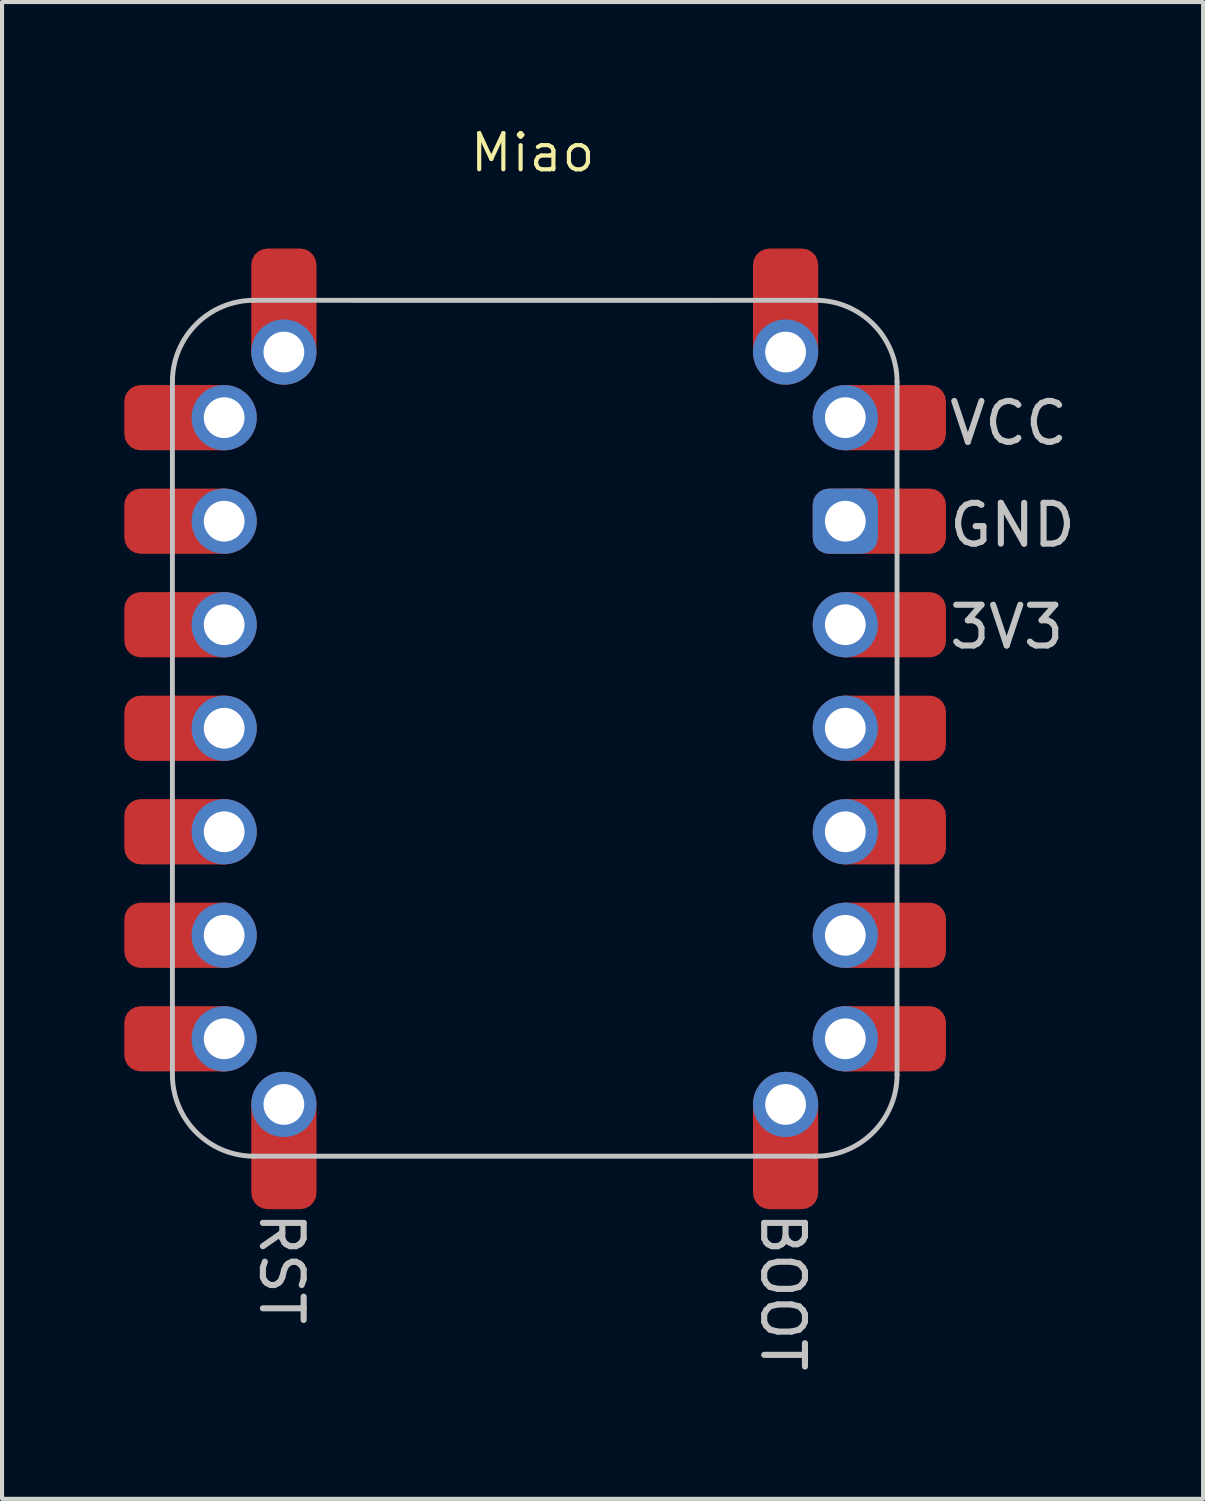
<source format=kicad_pcb>
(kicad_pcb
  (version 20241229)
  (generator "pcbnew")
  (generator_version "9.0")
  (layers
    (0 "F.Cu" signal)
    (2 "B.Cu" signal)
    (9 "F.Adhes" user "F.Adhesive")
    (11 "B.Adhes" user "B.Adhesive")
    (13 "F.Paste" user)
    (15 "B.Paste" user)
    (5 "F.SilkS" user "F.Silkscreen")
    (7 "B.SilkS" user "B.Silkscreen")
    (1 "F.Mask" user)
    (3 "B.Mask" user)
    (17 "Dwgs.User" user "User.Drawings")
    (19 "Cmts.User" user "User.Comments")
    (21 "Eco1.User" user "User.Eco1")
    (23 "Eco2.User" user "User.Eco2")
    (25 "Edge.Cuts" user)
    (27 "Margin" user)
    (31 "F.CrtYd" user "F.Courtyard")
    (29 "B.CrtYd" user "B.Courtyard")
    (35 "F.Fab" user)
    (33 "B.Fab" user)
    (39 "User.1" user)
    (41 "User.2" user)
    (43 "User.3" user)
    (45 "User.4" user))
  (footprint "Miao"
    (layer "F.Cu")
    (at 10.07 14.818)
    (property "Reference" "Miao" (at -0.05 -14.12 0) (layer "F.SilkS") (effects (font (size 0.889 0.889) (thickness 0.102))))
    (attr through_hole exclude_from_pos_files)
    (fp_line (start -8.89 -8.5) (end -8.89 8.5) (stroke (width 0.12) (type default)) (layer "Dwgs.User"))
    (fp_line (start -6.89 10.5) (end 6.89 10.5) (stroke (width 0.12) (type default)) (layer "Dwgs.User"))
    (fp_line (start 6.89 -10.5) (end -6.89 -10.5) (stroke (width 0.12) (type default)) (layer "Dwgs.User"))
    (fp_line (start 8.89 8.5) (end 8.89 -8.5) (stroke (width 0.12) (type default)) (layer "Dwgs.User"))
    (fp_arc (start -8.89 -8.5) (mid -8.304214 -9.914214) (end -6.89 -10.5) (stroke (width 0.12) (type default)) (layer "Dwgs.User"))
    (fp_arc (start -6.89 10.5) (mid -8.304214 9.914214) (end -8.89 8.5) (stroke (width 0.12) (type default)) (layer "Dwgs.User"))
    (fp_arc (start 6.89 -10.5) (mid 8.304214 -9.914214) (end 8.89 -8.5) (stroke (width 0.12) (type default)) (layer "Dwgs.User"))
    (fp_arc (start 8.89 8.5) (mid 8.304214 9.914214) (end 6.89 10.5) (stroke (width 0.12) (type default)) (layer "Dwgs.User"))
    (fp_line (start 4.47 -10.5) (end -4.47 -10.5) (stroke (width 0.1) (type solid)) (layer "F.Fab"))
    (fp_text user "GND" (at 10.1 -4.4 0) (unlocked yes) (layer "Dwgs.User") (effects (font (size 1 1) (thickness 0.15)) (justify left bottom)))
    (fp_text user "RST" (at -6.8 11.8 270) (unlocked yes) (layer "Dwgs.User") (effects (font (size 1 1) (thickness 0.15)) (justify left bottom)))
    (fp_text user "BOOT" (at 5.5 11.8 270) (unlocked yes) (layer "Dwgs.User") (effects (font (size 1 1) (thickness 0.15)) (justify left bottom)))
    (fp_text user "3V3" (at 10.1 -1.9 0) (unlocked yes) (layer "Dwgs.User") (effects (font (size 1 1) (thickness 0.15)) (justify left bottom)))
    (fp_text user "VCC" (at 10.1 -6.9 0) (unlocked yes) (layer "Dwgs.User") (effects (font (size 1 1) (thickness 0.15)) (justify left bottom)))
    (pad "1" smd roundrect (at -8 -7.62 90) (size 1.6 2.87) (drill (offset 0 -0.635)) (layers "F.Cu" "F.Mask" "F.Paste") (roundrect_rratio 0.25))
    (pad "1" thru_hole circle (at -7.62 -7.62 90) (size 1.6 1.6) (drill 1) (layers "*.Cu" "*.Mask"))
    (pad "2" smd roundrect (at -8 -5.08 90) (size 1.6 2.87) (drill (offset 0 -0.635)) (layers "F.Cu" "F.Mask" "F.Paste") (roundrect_rratio 0.25))
    (pad "2" thru_hole circle (at -7.62 -5.08 90) (size 1.6 1.6) (drill 1) (layers "*.Cu" "*.Mask"))
    (pad "3" smd roundrect (at -8 -2.54 90) (size 1.6 2.87) (drill (offset 0 -0.635)) (layers "F.Cu" "F.Mask" "F.Paste") (roundrect_rratio 0.25))
    (pad "3" thru_hole circle (at -7.62 -2.54 90) (size 1.6 1.6) (drill 1) (layers "*.Cu" "*.Mask"))
    (pad "4" smd roundrect (at -8 0 90) (size 1.6 2.87) (drill (offset 0 -0.635)) (layers "F.Cu" "F.Mask" "F.Paste") (roundrect_rratio 0.25))
    (pad "4" thru_hole circle (at -7.62 0 90) (size 1.6 1.6) (drill 1) (layers "*.Cu" "*.Mask"))
    (pad "5" smd roundrect (at -8 2.54 90) (size 1.6 2.87) (drill (offset 0 -0.635)) (layers "F.Cu" "F.Mask" "F.Paste") (roundrect_rratio 0.25))
    (pad "5" thru_hole circle (at -7.62 2.54 90) (size 1.6 1.6) (drill 1) (layers "*.Cu" "*.Mask"))
    (pad "6" smd roundrect (at -8 5.08 90) (size 1.6 2.87) (drill (offset 0 -0.635)) (layers "F.Cu" "F.Mask" "F.Paste") (roundrect_rratio 0.25))
    (pad "6" thru_hole circle (at -7.62 5.08 90) (size 1.6 1.6) (drill 1) (layers "*.Cu" "*.Mask"))
    (pad "7" smd roundrect (at -8 7.62 90) (size 1.6 2.87) (drill (offset 0 -0.635)) (layers "F.Cu" "F.Mask" "F.Paste") (roundrect_rratio 0.25))
    (pad "7" thru_hole circle (at -7.62 7.62 90) (size 1.6 1.6) (drill 1) (layers "*.Cu" "*.Mask"))
    (pad "8" thru_hole circle (at 7.62 7.62 90) (size 1.6 1.6) (drill 1) (layers "*.Cu" "*.Mask"))
    (pad "8" smd roundrect (at 8.02 7.62 90) (size 1.6 2.87) (drill (offset 0 0.635)) (layers "F.Cu" "F.Mask" "F.Paste") (roundrect_rratio 0.25))
    (pad "9" thru_hole circle (at 7.62 5.08 90) (size 1.6 1.6) (drill 1) (layers "*.Cu" "*.Mask"))
    (pad "9" smd roundrect (at 8.02 5.08 90) (size 1.6 2.87) (drill (offset 0 0.635)) (layers "F.Cu" "F.Mask" "F.Paste") (roundrect_rratio 0.25))
    (pad "10" thru_hole circle (at 7.62 2.54 90) (size 1.6 1.6) (drill 1) (layers "*.Cu" "*.Mask"))
    (pad "10" smd roundrect (at 8.02 2.54 90) (size 1.6 2.87) (drill (offset 0 0.635)) (layers "F.Cu" "F.Mask" "F.Paste") (roundrect_rratio 0.25))
    (pad "11" thru_hole circle (at 7.62 0 90) (size 1.6 1.6) (drill 1) (layers "*.Cu" "*.Mask"))
    (pad "11" smd roundrect (at 8.02 0 90) (size 1.6 2.87) (drill (offset 0 0.635)) (layers "F.Cu" "F.Mask" "F.Paste") (roundrect_rratio 0.25))
    (pad "12" thru_hole circle (at 7.62 -2.54 90) (size 1.6 1.6) (drill 1) (layers "*.Cu" "*.Mask"))
    (pad "12" smd roundrect (at 8.02 -2.54 90) (size 1.6 2.87) (drill (offset 0 0.635)) (layers "F.Cu" "F.Mask" "F.Paste") (roundrect_rratio 0.25))
    (pad "13" thru_hole roundrect (at 7.62 -5.08 90) (size 1.6 1.6) (drill 1) (layers "*.Cu" "*.Mask") (roundrect_rratio 0.25))
    (pad "13" smd roundrect (at 8.02 -5.08 90) (size 1.6 2.87) (drill (offset 0 0.635)) (layers "F.Cu" "F.Mask" "F.Paste") (roundrect_rratio 0.25))
    (pad "14" thru_hole circle (at 7.62 -7.62 90) (size 1.6 1.6) (drill 1) (layers "*.Cu" "*.Mask"))
    (pad "14" smd roundrect (at 8.02 -7.62 90) (size 1.6 2.87) (drill (offset 0 0.635)) (layers "F.Cu" "F.Mask" "F.Paste") (roundrect_rratio 0.25))
    (pad "15" thru_hole circle (at -6.155 9.23 90) (size 1.6 1.6) (drill 1) (layers "*.Cu" "*.Mask"))
    (pad "15" smd roundrect (at -6.155 9.73 90) (size 2.87 1.6) (drill (offset -0.635 0)) (layers "F.Cu" "F.Mask" "F.Paste") (roundrect_rratio 0.25))
    (pad "16" thru_hole circle (at 6.155 9.23 90) (size 1.6 1.6) (drill 1) (layers "*.Cu" "*.Mask"))
    (pad "16" smd roundrect (at 6.155 9.73 90) (size 2.87 1.6) (drill (offset -0.635 0)) (layers "F.Cu" "F.Mask" "F.Paste") (roundrect_rratio 0.25))
    (pad "17" smd roundrect (at 6.155 -9.7 90) (size 2.87 1.6) (drill (offset 0.635 0)) (layers "F.Cu" "F.Mask" "F.Paste") (roundrect_rratio 0.25))
    (pad "17" thru_hole circle (at 6.155 -9.23 90) (size 1.6 1.6) (drill 1) (layers "*.Cu" "*.Mask"))
    (pad "18" smd roundrect (at -6.155 -9.7 90) (size 2.87 1.6) (drill (offset 0.635 0)) (layers "F.Cu" "F.Mask" "F.Paste") (roundrect_rratio 0.25))
    (pad "18" thru_hole circle (at -6.155 -9.23 90) (size 1.6 1.6) (drill 1) (layers "*.Cu" "*.Mask")))
  (gr_rect
    (start -3 -3)
    (end 26.468 33.726)
    (stroke (width 0.1) (type default))
    (fill no)
    (layer "Edge.Cuts")))
</source>
